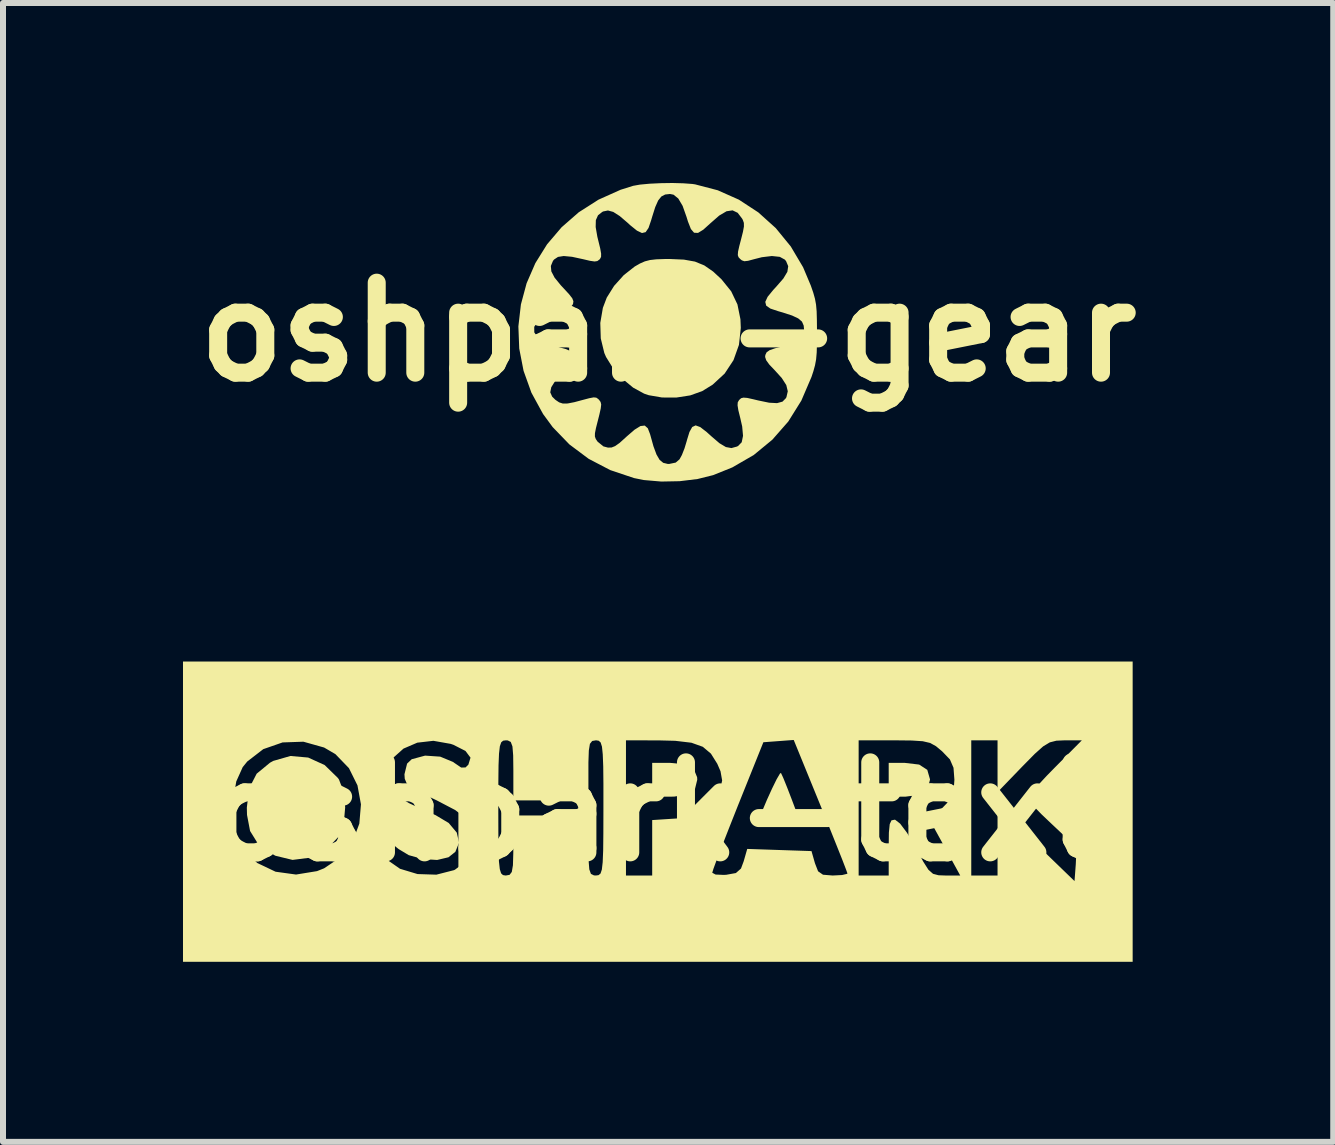
<source format=kicad_pcb>
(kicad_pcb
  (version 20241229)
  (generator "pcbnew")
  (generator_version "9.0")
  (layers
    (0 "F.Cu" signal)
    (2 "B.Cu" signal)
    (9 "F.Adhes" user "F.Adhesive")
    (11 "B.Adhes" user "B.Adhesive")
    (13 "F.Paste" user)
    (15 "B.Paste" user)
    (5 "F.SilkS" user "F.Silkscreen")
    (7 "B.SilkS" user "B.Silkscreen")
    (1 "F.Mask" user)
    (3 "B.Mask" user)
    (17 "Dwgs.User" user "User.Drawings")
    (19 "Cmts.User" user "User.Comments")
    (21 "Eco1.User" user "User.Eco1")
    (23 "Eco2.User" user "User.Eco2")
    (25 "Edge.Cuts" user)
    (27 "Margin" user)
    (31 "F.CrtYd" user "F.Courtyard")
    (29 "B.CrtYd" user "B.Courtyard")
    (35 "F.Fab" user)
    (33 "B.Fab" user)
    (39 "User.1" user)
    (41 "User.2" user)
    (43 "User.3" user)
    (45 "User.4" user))
  (footprint "oshpark-gear"
    (layer "F.Cu")
    (at 8.086 2.483)
    (property "Reference" "oshpark-gear" (at 0 0 0) (layer "F.SilkS") (effects (font (size 1.5 1.5) (thickness 0.3))))
    (attr board_only exclude_from_pos_files exclude_from_bom)
    (fp_poly (pts (xy 0.263 -1.206) (xy 0.447 -1.173) (xy 0.603 -1.109) (xy 0.75 -1.007) (xy 0.889 -0.878) (xy 1.051 -0.677) (xy 1.155 -0.459) (xy 1.205 -0.211) (xy 1.211 -0.067) (xy 1.18 0.215) (xy 1.089 0.47) (xy 0.942 0.693) (xy 0.742 0.878) (xy 0.567 0.986) (xy 0.368 1.057) (xy 0.136 1.093) (xy -0.102 1.092) (xy -0.323 1.054) (xy -0.4 1.028) (xy -0.583 0.928) (xy -0.762 0.78) (xy -0.919 0.604) (xy -1.035 0.417) (xy -1.064 0.35) (xy -1.123 0.107) (xy -1.131 -0.151) (xy -1.088 -0.402) (xy -1.023 -0.573) (xy -0.901 -0.768) (xy -0.739 -0.948) (xy -0.557 -1.091) (xy -0.47 -1.141) (xy -0.388 -1.177) (xy -0.303 -1.199) (xy -0.198 -1.211) (xy -0.053 -1.216) (xy 0.033 -1.216)) (stroke (width 0) (type solid)) (fill yes) (layer "F.SilkS"))
    (fp_poly (pts (xy 0.252 -2.478) (xy 0.403 -2.467) (xy 0.45 -2.46) (xy 0.826 -2.362) (xy 1.179 -2.205) (xy 1.503 -1.993) (xy 1.794 -1.731) (xy 2.044 -1.425) (xy 2.249 -1.079) (xy 2.378 -0.773) (xy 2.419 -0.654) (xy 2.447 -0.554) (xy 2.465 -0.456) (xy 2.475 -0.344) (xy 2.479 -0.199) (xy 2.481 -0.006) (xy 2.481 0) (xy 2.48 0.197) (xy 2.476 0.343) (xy 2.466 0.457) (xy 2.448 0.555) (xy 2.421 0.653) (xy 2.389 0.75) (xy 2.22 1.144) (xy 2.002 1.493) (xy 1.736 1.796) (xy 1.426 2.051) (xy 1.07 2.257) (xy 0.75 2.386) (xy 0.489 2.451) (xy 0.192 2.487) (xy -0.114 2.493) (xy -0.404 2.468) (xy -0.569 2.435) (xy -0.965 2.302) (xy -1.325 2.114) (xy -1.646 1.874) (xy -1.925 1.585) (xy -2.085 1.367) (xy -2.279 1.012) (xy -2.41 0.647) (xy -2.482 0.276) (xy -2.496 -0.086) (xy -2.232 -0.086) (xy -2.231 0.007) (xy -2.168 0.098) (xy -2.043 0.179) (xy -1.855 0.244) (xy -1.84 0.248) (xy -1.712 0.283) (xy -1.636 0.314) (xy -1.596 0.349) (xy -1.579 0.388) (xy -1.577 0.437) (xy -1.6 0.492) (xy -1.657 0.567) (xy -1.754 0.673) (xy -1.763 0.682) (xy -1.882 0.816) (xy -1.948 0.921) (xy -1.965 1.006) (xy -1.933 1.078) (xy -1.879 1.131) (xy -1.817 1.173) (xy -1.755 1.193) (xy -1.676 1.192) (xy -1.563 1.17) (xy -1.436 1.136) (xy -1.315 1.104) (xy -1.241 1.09) (xy -1.197 1.095) (xy -1.166 1.117) (xy -1.151 1.132) (xy -1.126 1.166) (xy -1.116 1.208) (xy -1.123 1.272) (xy -1.146 1.376) (xy -1.169 1.467) (xy -1.203 1.601) (xy -1.22 1.687) (xy -1.221 1.742) (xy -1.206 1.784) (xy -1.176 1.828) (xy -1.175 1.829) (xy -1.079 1.907) (xy -1.004 1.927) (xy -0.944 1.926) (xy -0.884 1.902) (xy -0.809 1.849) (xy -0.706 1.756) (xy -0.691 1.742) (xy -0.56 1.629) (xy -0.462 1.568) (xy -0.39 1.56) (xy -0.339 1.605) (xy -0.302 1.701) (xy -0.299 1.711) (xy -0.245 1.905) (xy -0.194 2.043) (xy -0.142 2.132) (xy -0.082 2.181) (xy -0.008 2.199) (xy 0.015 2.2) (xy 0.126 2.177) (xy 0.19 2.122) (xy 0.229 2.051) (xy 0.273 1.939) (xy 0.312 1.81) (xy 0.312 1.807) (xy 0.355 1.667) (xy 0.401 1.584) (xy 0.458 1.557) (xy 0.535 1.585) (xy 0.641 1.667) (xy 0.722 1.74) (xy 0.855 1.854) (xy 0.962 1.918) (xy 1.055 1.935) (xy 1.146 1.91) (xy 1.166 1.9) (xy 1.226 1.838) (xy 1.248 1.731) (xy 1.234 1.575) (xy 1.202 1.434) (xy 1.17 1.305) (xy 1.157 1.223) (xy 1.16 1.173) (xy 1.181 1.137) (xy 1.187 1.13) (xy 1.216 1.104) (xy 1.255 1.094) (xy 1.318 1.099) (xy 1.421 1.122) (xy 1.5 1.141) (xy 1.683 1.179) (xy 1.815 1.186) (xy 1.906 1.161) (xy 1.963 1.103) (xy 1.972 1.085) (xy 1.994 0.988) (xy 1.969 0.885) (xy 1.894 0.768) (xy 1.782 0.644) (xy 1.686 0.543) (xy 1.634 0.471) (xy 1.616 0.416) (xy 1.62 0.383) (xy 1.641 0.339) (xy 1.69 0.304) (xy 1.781 0.272) (xy 1.87 0.249) (xy 2.062 0.189) (xy 2.19 0.118) (xy 2.256 0.035) (xy 2.267 -0.021) (xy 2.259 -0.107) (xy 2.23 -0.173) (xy 2.168 -0.226) (xy 2.066 -0.274) (xy 1.912 -0.324) (xy 1.829 -0.348) (xy 1.704 -0.39) (xy 1.634 -0.439) (xy 1.619 -0.502) (xy 1.658 -0.586) (xy 1.751 -0.7) (xy 1.801 -0.754) (xy 1.921 -0.892) (xy 1.987 -1.003) (xy 2.001 -1.096) (xy 1.966 -1.18) (xy 1.945 -1.206) (xy 1.861 -1.252) (xy 1.729 -1.266) (xy 1.562 -1.246) (xy 1.436 -1.214) (xy 1.332 -1.186) (xy 1.27 -1.179) (xy 1.228 -1.194) (xy 1.201 -1.216) (xy 1.173 -1.246) (xy 1.161 -1.281) (xy 1.165 -1.339) (xy 1.186 -1.433) (xy 1.213 -1.535) (xy 1.247 -1.67) (xy 1.263 -1.758) (xy 1.262 -1.818) (xy 1.245 -1.867) (xy 1.233 -1.889) (xy 1.159 -1.986) (xy 1.074 -2.027) (xy 0.973 -2.012) (xy 0.851 -1.94) (xy 0.707 -1.814) (xy 0.586 -1.705) (xy 0.498 -1.651) (xy 0.432 -1.654) (xy 0.379 -1.716) (xy 0.33 -1.841) (xy 0.307 -1.916) (xy 0.241 -2.102) (xy 0.169 -2.224) (xy 0.09 -2.288) (xy 0.031 -2.3) (xy -0.05 -2.291) (xy -0.113 -2.258) (xy -0.166 -2.192) (xy -0.215 -2.082) (xy -0.267 -1.918) (xy -0.284 -1.86) (xy -0.327 -1.734) (xy -0.375 -1.664) (xy -0.436 -1.649) (xy -0.52 -1.689) (xy -0.634 -1.781) (xy -0.669 -1.814) (xy -0.807 -1.932) (xy -0.915 -2.001) (xy -1.003 -2.025) (xy -1.082 -2.009) (xy -1.098 -2.001) (xy -1.169 -1.945) (xy -1.205 -1.864) (xy -1.208 -1.749) (xy -1.18 -1.587) (xy -1.165 -1.526) (xy -1.132 -1.391) (xy -1.117 -1.305) (xy -1.118 -1.252) (xy -1.136 -1.217) (xy -1.146 -1.207) (xy -1.18 -1.182) (xy -1.226 -1.175) (xy -1.303 -1.186) (xy -1.413 -1.212) (xy -1.602 -1.253) (xy -1.74 -1.266) (xy -1.836 -1.251) (xy -1.902 -1.207) (xy -1.92 -1.184) (xy -1.955 -1.1) (xy -1.947 -1.01) (xy -1.893 -0.906) (xy -1.788 -0.777) (xy -1.743 -0.729) (xy -1.65 -0.628) (xy -1.598 -0.561) (xy -1.579 -0.512) (xy -1.585 -0.47) (xy -1.59 -0.458) (xy -1.629 -0.41) (xy -1.706 -0.37) (xy -1.833 -0.33) (xy -1.858 -0.323) (xy -2.045 -0.257) (xy -2.17 -0.176) (xy -2.232 -0.086) (xy -2.496 -0.086) (xy -2.496 -0.095) (xy -2.454 -0.459) (xy -2.359 -0.812) (xy -2.213 -1.148) (xy -2.018 -1.461) (xy -1.776 -1.745) (xy -1.49 -1.995) (xy -1.161 -2.205) (xy -0.793 -2.37) (xy -0.583 -2.436) (xy -0.471 -2.456) (xy -0.311 -2.471) (xy -0.124 -2.48) (xy 0.07 -2.483)) (stroke (width 0) (type solid)) (fill yes) (layer "F.SilkS")))
  (footprint "oshpark-text"
    (layer "F.Cu")
    (at 7.883 10.478)
    (property "Reference" "oshpark-text" (at 0 0 0) (layer "F.SilkS") (effects (font (size 1.5 1.5) (thickness 0.3))))
    (attr board_only exclude_from_pos_files exclude_from_bom)
    (fp_poly (pts (xy 0.485 -0.789) (xy 0.63 -0.712) (xy 0.686 -0.573) (xy 0.688 -0.532) (xy 0.65 -0.377) (xy 0.526 -0.286) (xy 0.303 -0.251) (xy 0.238 -0.25) (xy -0.063 -0.25) (xy -0.063 -0.532) (xy -0.063 -0.813) (xy 0.238 -0.813)) (stroke (width 0) (type solid)) (fill yes) (layer "F.SilkS"))
    (fp_poly (pts (xy 4.386 -0.785) (xy 4.522 -0.697) (xy 4.567 -0.54) (xy 4.567 -0.532) (xy 4.525 -0.372) (xy 4.393 -0.281) (xy 4.16 -0.25) (xy 4.148 -0.25) (xy 3.879 -0.25) (xy 3.879 -0.532) (xy 3.879 -0.813) (xy 4.148 -0.813)) (stroke (width 0) (type solid)) (fill yes) (layer "F.SilkS"))
    (fp_poly (pts (xy 2.122 -0.562) (xy 2.189 -0.396) (xy 2.271 -0.183) (xy 2.276 -0.169) (xy 2.434 0.25) (xy 2.062 0.25) (xy 1.865 0.248) (xy 1.73 0.242) (xy 1.689 0.235) (xy 1.712 0.145) (xy 1.77 -0.009) (xy 1.849 -0.196) (xy 1.934 -0.383) (xy 2.011 -0.54) (xy 2.066 -0.634) (xy 2.083 -0.646)) (stroke (width 0) (type solid)) (fill yes) (layer "F.SilkS"))
    (fp_poly (pts (xy -5.797 -0.902) (xy -5.522 -0.777) (xy -5.302 -0.562) (xy -5.283 -0.535) (xy -5.206 -0.332) (xy -5.18 -0.071) (xy -5.203 0.192) (xy -5.277 0.4) (xy -5.283 0.41) (xy -5.495 0.633) (xy -5.764 0.767) (xy -6.057 0.804) (xy -6.342 0.735) (xy -6.421 0.693) (xy -6.64 0.524) (xy -6.765 0.322) (xy -6.816 0.054) (xy -6.819 -0.068) (xy -6.78 -0.391) (xy -6.655 -0.633) (xy -6.433 -0.816) (xy -6.379 -0.846) (xy -6.093 -0.928)) (stroke (width 0) (type solid)) (fill yes) (layer "F.SilkS"))
    (fp_poly (pts (xy 7.945 0) (xy 7.945 2.502) (xy 0.031 2.502) (xy -7.883 2.502) (xy -7.883 0) (xy -7.883 -0.201) (xy -7.047 -0.201) (xy -7.043 0.123) (xy -6.983 0.42) (xy -6.888 0.617) (xy -6.646 0.855) (xy -6.34 1.001) (xy -5.999 1.048) (xy -5.649 0.991) (xy -5.531 0.944) (xy -5.251 0.756) (xy -5.155 0.63) (xy -4.593 0.63) (xy -4.572 0.703) (xy -4.494 0.793) (xy -4.266 0.952) (xy -3.974 1.04) (xy -3.66 1.05) (xy -3.367 0.975) (xy -3.35 0.967) (xy -3.157 0.822) (xy -3.033 0.621) (xy -3.003 0.469) (xy -3.036 0.287) (xy -3.145 0.127) (xy -3.346 -0.027) (xy -3.415 -0.063) (xy -2.628 -0.063) (xy -2.627 0.338) (xy -2.624 0.63) (xy -2.617 0.831) (xy -2.603 0.958) (xy -2.581 1.028) (xy -2.55 1.057) (xy -2.506 1.064) (xy -2.502 1.064) (xy -2.44 1.053) (xy -2.403 1.005) (xy -2.384 0.894) (xy -2.378 0.695) (xy -2.377 0.563) (xy -2.377 0.063) (xy -1.752 0.063) (xy -1.126 0.063) (xy -1.126 0.563) (xy -1.123 0.812) (xy -1.111 0.962) (xy -1.084 1.037) (xy -1.034 1.062) (xy -1.001 1.064) (xy -0.957 1.058) (xy -0.924 1.031) (xy -0.902 0.965) (xy -0.888 0.842) (xy -0.88 0.647) (xy -0.877 0.362) (xy -0.876 -0.03) (xy -0.876 -0.063) (xy -0.5 -0.063) (xy -0.5 1.064) (xy -0.282 1.064) (xy -0.063 1.064) (xy -0.063 1.018) (xy 0.938 1.018) (xy 0.993 1.048) (xy 1.129 1.054) (xy 1.171 1.052) (xy 1.332 1.023) (xy 1.417 0.948) (xy 1.462 0.827) (xy 1.521 0.621) (xy 2.056 0.639) (xy 2.592 0.657) (xy 2.65 0.86) (xy 2.702 0.994) (xy 2.784 1.051) (xy 2.943 1.064) (xy 2.949 1.064) (xy 3.103 1.056) (xy 3.186 1.036) (xy 3.191 1.029) (xy 3.168 0.964) (xy 3.105 0.8) (xy 3.009 0.559) (xy 2.888 0.257) (xy 2.758 -0.063) (xy 3.378 -0.063) (xy 3.378 1.064) (xy 3.629 1.064) (xy 3.879 1.064) (xy 3.879 0.59) (xy 3.882 0.348) (xy 3.896 0.208) (xy 3.925 0.145) (xy 3.977 0.134) (xy 3.988 0.136) (xy 4.07 0.2) (xy 4.184 0.352) (xy 4.312 0.566) (xy 4.335 0.61) (xy 4.455 0.833) (xy 4.541 0.968) (xy 4.618 1.036) (xy 4.71 1.06) (xy 4.822 1.064) (xy 5.071 1.064) (xy 4.815 0.597) (xy 4.559 0.131) (xy 4.766 -0.055) (xy 4.774 -0.063) (xy 5.255 -0.063) (xy 5.255 1.064) (xy 5.474 1.064) (xy 5.693 1.064) (xy 5.693 0.489) (xy 5.693 -0.086) (xy 6.334 0.536) (xy 6.976 1.157) (xy 6.997 0.876) (xy 7.003 0.738) (xy 6.985 0.633) (xy 6.927 0.533) (xy 6.81 0.407) (xy 6.62 0.228) (xy 6.606 0.215) (xy 6.422 0.04) (xy 6.281 -0.106) (xy 6.203 -0.201) (xy 6.194 -0.221) (xy 6.235 -0.287) (xy 6.347 -0.419) (xy 6.511 -0.596) (xy 6.646 -0.734) (xy 7.098 -1.189) (xy 6.812 -1.189) (xy 6.674 -1.183) (xy 6.564 -1.155) (xy 6.453 -1.088) (xy 6.314 -0.964) (xy 6.119 -0.766) (xy 6.11 -0.757) (xy 5.693 -0.325) (xy 5.693 -0.757) (xy 5.693 -1.189) (xy 5.474 -1.189) (xy 5.255 -1.189) (xy 5.255 -0.063) (xy 4.774 -0.063) (xy 4.899 -0.193) (xy 4.96 -0.332) (xy 4.974 -0.532) (xy 4.959 -0.732) (xy 4.899 -0.871) (xy 4.769 -1.006) (xy 4.667 -1.091) (xy 4.57 -1.145) (xy 4.446 -1.174) (xy 4.263 -1.186) (xy 3.989 -1.189) (xy 3.972 -1.189) (xy 3.378 -1.189) (xy 3.378 -0.063) (xy 2.758 -0.063) (xy 2.749 -0.086) (xy 2.743 -0.1) (xy 2.296 -1.195) (xy 2.043 -1.176) (xy 1.79 -1.157) (xy 1.364 -0.096) (xy 1.229 0.245) (xy 1.111 0.546) (xy 1.018 0.788) (xy 0.958 0.952) (xy 0.938 1.018) (xy -0.063 1.018) (xy -0.063 0.602) (xy -0.063 0.14) (xy 0.341 0.114) (xy 0.641 0.073) (xy 0.847 -0.014) (xy 0.985 -0.166) (xy 1.066 -0.352) (xy 1.103 -0.52) (xy 1.076 -0.673) (xy 1.022 -0.798) (xy 0.916 -0.967) (xy 0.781 -1.081) (xy 0.591 -1.149) (xy 0.321 -1.181) (xy 0.047 -1.188) (xy -0.5 -1.189) (xy -0.5 -0.063) (xy -0.876 -0.063) (xy -0.876 -0.463) (xy -0.879 -0.755) (xy -0.887 -0.956) (xy -0.9 -1.083) (xy -0.922 -1.153) (xy -0.954 -1.182) (xy -0.997 -1.189) (xy -1.001 -1.189) (xy -1.063 -1.178) (xy -1.101 -1.13) (xy -1.119 -1.019) (xy -1.126 -0.82) (xy -1.126 -0.688) (xy -1.126 -0.188) (xy -1.752 -0.188) (xy -2.377 -0.188) (xy -2.377 -0.688) (xy -2.38 -0.938) (xy -2.392 -1.087) (xy -2.42 -1.162) (xy -2.469 -1.187) (xy -2.502 -1.189) (xy -2.547 -1.183) (xy -2.579 -1.156) (xy -2.602 -1.09) (xy -2.616 -0.967) (xy -2.624 -0.772) (xy -2.627 -0.487) (xy -2.628 -0.095) (xy -2.628 -0.063) (xy -3.415 -0.063) (xy -3.654 -0.188) (xy -3.675 -0.198) (xy -3.921 -0.315) (xy -4.073 -0.4) (xy -4.155 -0.472) (xy -4.187 -0.548) (xy -4.192 -0.623) (xy -4.148 -0.801) (xy -4.071 -0.874) (xy -3.848 -0.934) (xy -3.596 -0.917) (xy -3.381 -0.828) (xy -3.362 -0.814) (xy -3.246 -0.735) (xy -3.174 -0.737) (xy -3.127 -0.783) (xy -3.091 -0.9) (xy -3.175 -1.012) (xy -3.375 -1.114) (xy -3.422 -1.13) (xy -3.71 -1.181) (xy -3.978 -1.15) (xy -4.208 -1.051) (xy -4.378 -0.899) (xy -4.469 -0.707) (xy -4.459 -0.488) (xy -4.44 -0.434) (xy -4.38 -0.332) (xy -4.279 -0.239) (xy -4.114 -0.141) (xy -3.865 -0.024) (xy -3.675 0.057) (xy -3.454 0.189) (xy -3.32 0.349) (xy -3.282 0.517) (xy -3.344 0.67) (xy -3.458 0.76) (xy -3.647 0.805) (xy -3.886 0.79) (xy -4.12 0.725) (xy -4.288 0.624) (xy -4.403 0.533) (xy -4.485 0.529) (xy -4.536 0.563) (xy -4.593 0.63) (xy -5.155 0.63) (xy -5.055 0.499) (xy -4.944 0.199) (xy -4.917 -0.122) (xy -4.975 -0.438) (xy -5.117 -0.725) (xy -5.343 -0.959) (xy -5.531 -1.069) (xy -5.876 -1.166) (xy -6.223 -1.154) (xy -6.545 -1.042) (xy -6.812 -0.836) (xy -6.888 -0.742) (xy -6.995 -0.504) (xy -7.047 -0.201) (xy -7.883 -0.201) (xy -7.883 -2.502) (xy 0.031 -2.502) (xy 7.945 -2.502)) (stroke (width 0) (type solid)) (fill yes) (layer "F.SilkS")))
  (gr_rect
    (start -3 -3)
    (end 19.171 15.981)
    (stroke (width 0.1) (type default))
    (fill no)
    (layer "Edge.Cuts")))
</source>
